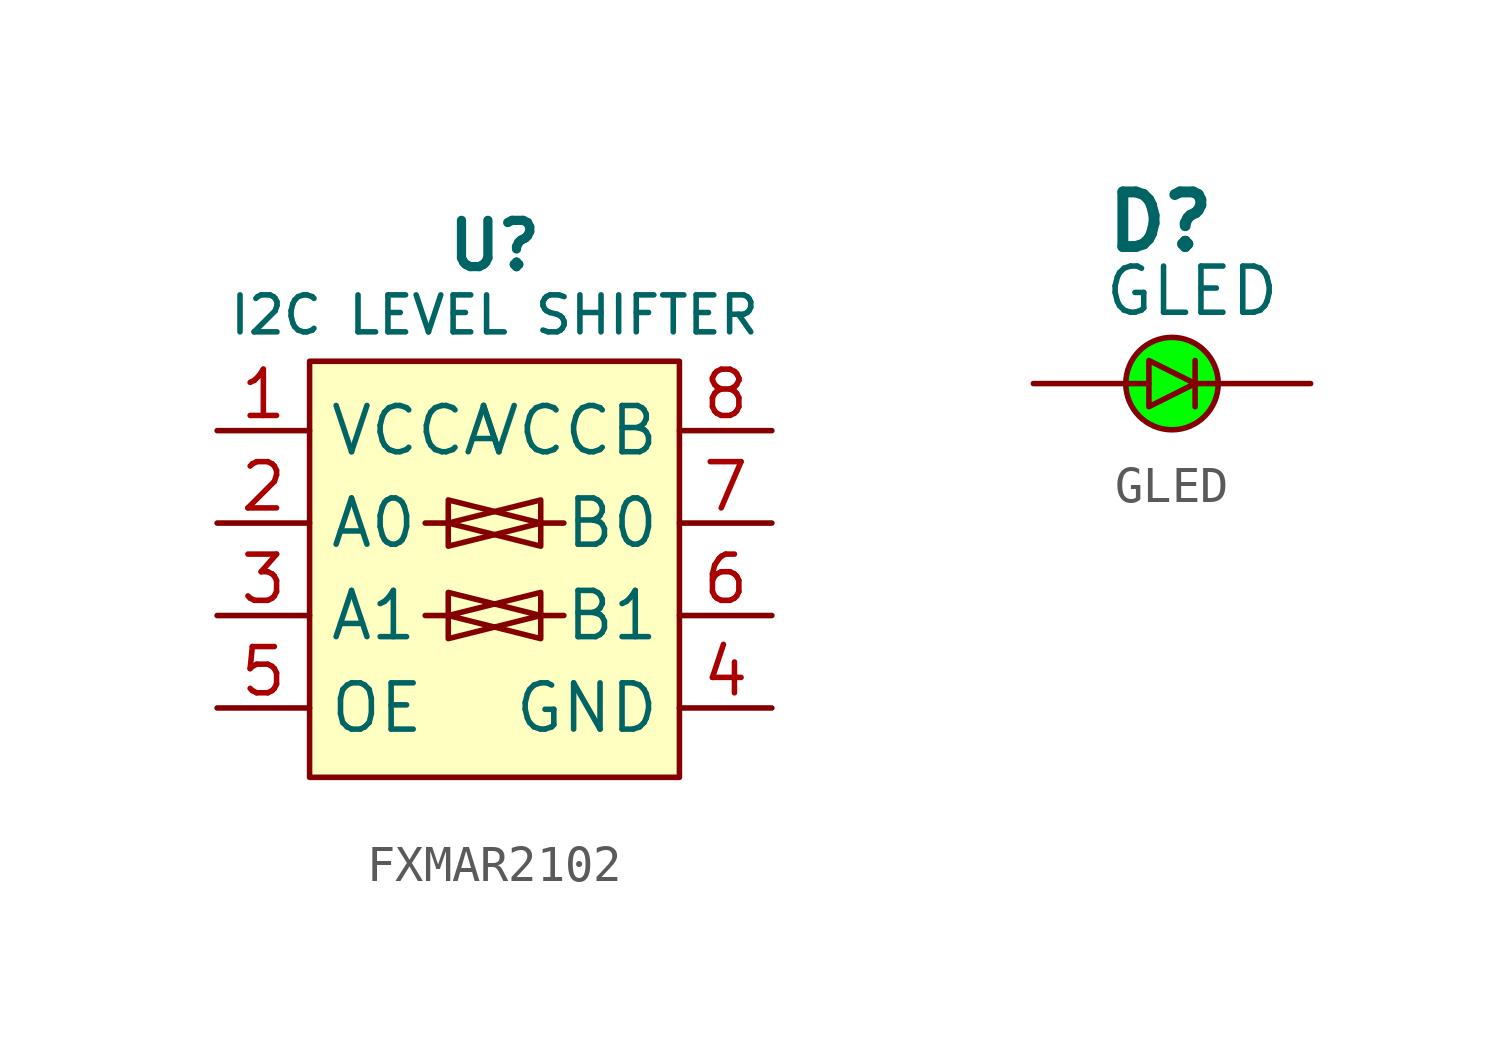
<source format=kicad_sym>
(kicad_symbol_lib
  (version 20231120)
  (generator "kicad_symbol_editor")
  (generator_version "8.0")
  (symbol "FXMAR2102"
    (property "Reference" "U"
      (at 0 0 0)
      (effects (font (size 1.27 1.27) (bold yes))))
    (property "Value" "I2C LEVEL SHIFTER"
      (at 0 -1.905 0)
      (effects (font (size 1.016 1.016))))
    (symbol "FXMAR2102_0_1"
      (polyline (pts (xy -1.27 -9.525) (xy -1.27 -10.795) (xy 1.27 -10.16) (xy -1.27 -9.525)) (stroke (width 0) (type default)) (fill (type none)))
      (polyline (pts (xy -1.27 -6.985) (xy -1.27 -8.255) (xy 1.27 -7.62) (xy -1.27 -6.985)) (stroke (width 0) (type default)) (fill (type none)))
      (polyline (pts (xy 1.27 -10.795) (xy 1.27 -9.525) (xy -1.27 -10.16) (xy 1.27 -10.795)) (stroke (width 0) (type default)) (fill (type none)))
      (polyline (pts (xy 1.27 -8.255) (xy 1.27 -6.985) (xy -1.27 -7.62) (xy 1.27 -8.255)) (stroke (width 0) (type default)) (fill (type none))))
    (symbol "FXMAR2102_1_0"
      (pin bidirectional line (at -7.62 -7.62 0) (length 2.54) (name "A0" (effects (font (size 1.27 1.27)))) (number "2" (effects (font (size 1.27 1.27)))))
      (pin bidirectional line (at -7.62 -10.16 0) (length 2.54) (name "A1" (effects (font (size 1.27 1.27)))) (number "3" (effects (font (size 1.27 1.27)))))
      (pin passive line (at 7.62 -12.7 180) (length 2.54) (name "GND" (effects (font (size 1.27 1.27)))) (number "4" (effects (font (size 1.27 1.27)))))
      (pin input line (at -7.62 -12.7 0) (length 2.54) (name "OE" (effects (font (size 1.27 1.27)))) (number "5" (effects (font (size 1.27 1.27)))))
      (pin bidirectional line (at 7.62 -10.16 180) (length 2.54) (name "B1" (effects (font (size 1.27 1.27)))) (number "6" (effects (font (size 1.27 1.27)))))
      (pin bidirectional line (at 7.62 -7.62 180) (length 2.54) (name "B0" (effects (font (size 1.27 1.27)))) (number "7" (effects (font (size 1.27 1.27)))))
      (pin power_in line (at 7.62 -5.08 180) (length 2.54) (name "VCCB" (effects (font (size 1.27 1.27)))) (number "8" (effects (font (size 1.27 1.27))))))
    (symbol "FXMAR2102_1_1"
      (rectangle (start -5.08 -3.175) (end 5.08 -14.605) (stroke (width 0) (type default)) (fill (type background)))
      (polyline (pts (xy -1.27 -10.16) (xy -1.905 -10.16)) (stroke (width 0) (type default)) (fill (type none)))
      (polyline (pts (xy -1.27 -7.62) (xy -1.905 -7.62)) (stroke (width 0) (type default)) (fill (type none)))
      (polyline (pts (xy 1.905 -10.16) (xy 1.27 -10.16)) (stroke (width 0) (type default)) (fill (type none)))
      (polyline (pts (xy 1.905 -7.62) (xy 1.27 -7.62)) (stroke (width 0) (type default)) (fill (type none)))
      (pin power_in line (at -7.62 -5.08 0) (length 2.54) (name "VCCA" (effects (font (size 1.27 1.27)))) (number "1" (effects (font (size 1.27 1.27)))))))
  (symbol "GLED"
    (pin_numbers hide)
    (pin_names hide)
    (property "Reference" "D"
      (at 0 1.905 0)
      (effects (font (size 1.5 1.5) (bold yes)) (justify left)))
    (property "Value" "GLED"
      (at 0 0 0)
      (effects (font (size 1.27 1.27)) (justify left)))
    (symbol "GLED_0_1"
      (polyline (pts (xy 0.635 -2.54) (xy 1.27 -2.54)) (stroke (width 0) (type default)) (fill (type none)))
      (polyline (pts (xy 2.54 -2.54) (xy 3.175 -2.54)) (stroke (width 0) (type default)) (fill (type none)))
      (polyline (pts (xy 2.54 -1.905) (xy 2.54 -3.175)) (stroke (width 0) (type default)) (fill (type none))))
    (symbol "GLED_1_1"
      (polyline (pts (xy 1.27 -1.905) (xy 1.27 -3.175) (xy 2.54 -2.54) (xy 1.27 -1.905)) (stroke (width 0) (type default)) (fill (type none)))
      (circle (center 1.905 -2.54) (radius 1.27) (stroke (width 0) (type default)) (fill (type color) (color 0 255 0 1)))
      (pin bidirectional line (at -1.905 -2.54 0) (length 2.54) (name "A" (effects (font (size 1.27 1.27)))) (number "A" (effects (font (size 1.27 1.27)))))
      (pin bidirectional line (at 5.715 -2.54 180) (length 2.54) (name "K" (effects (font (size 1.27 1.27)))) (number "K" (effects (font (size 1.27 1.27))))))))
</source>
